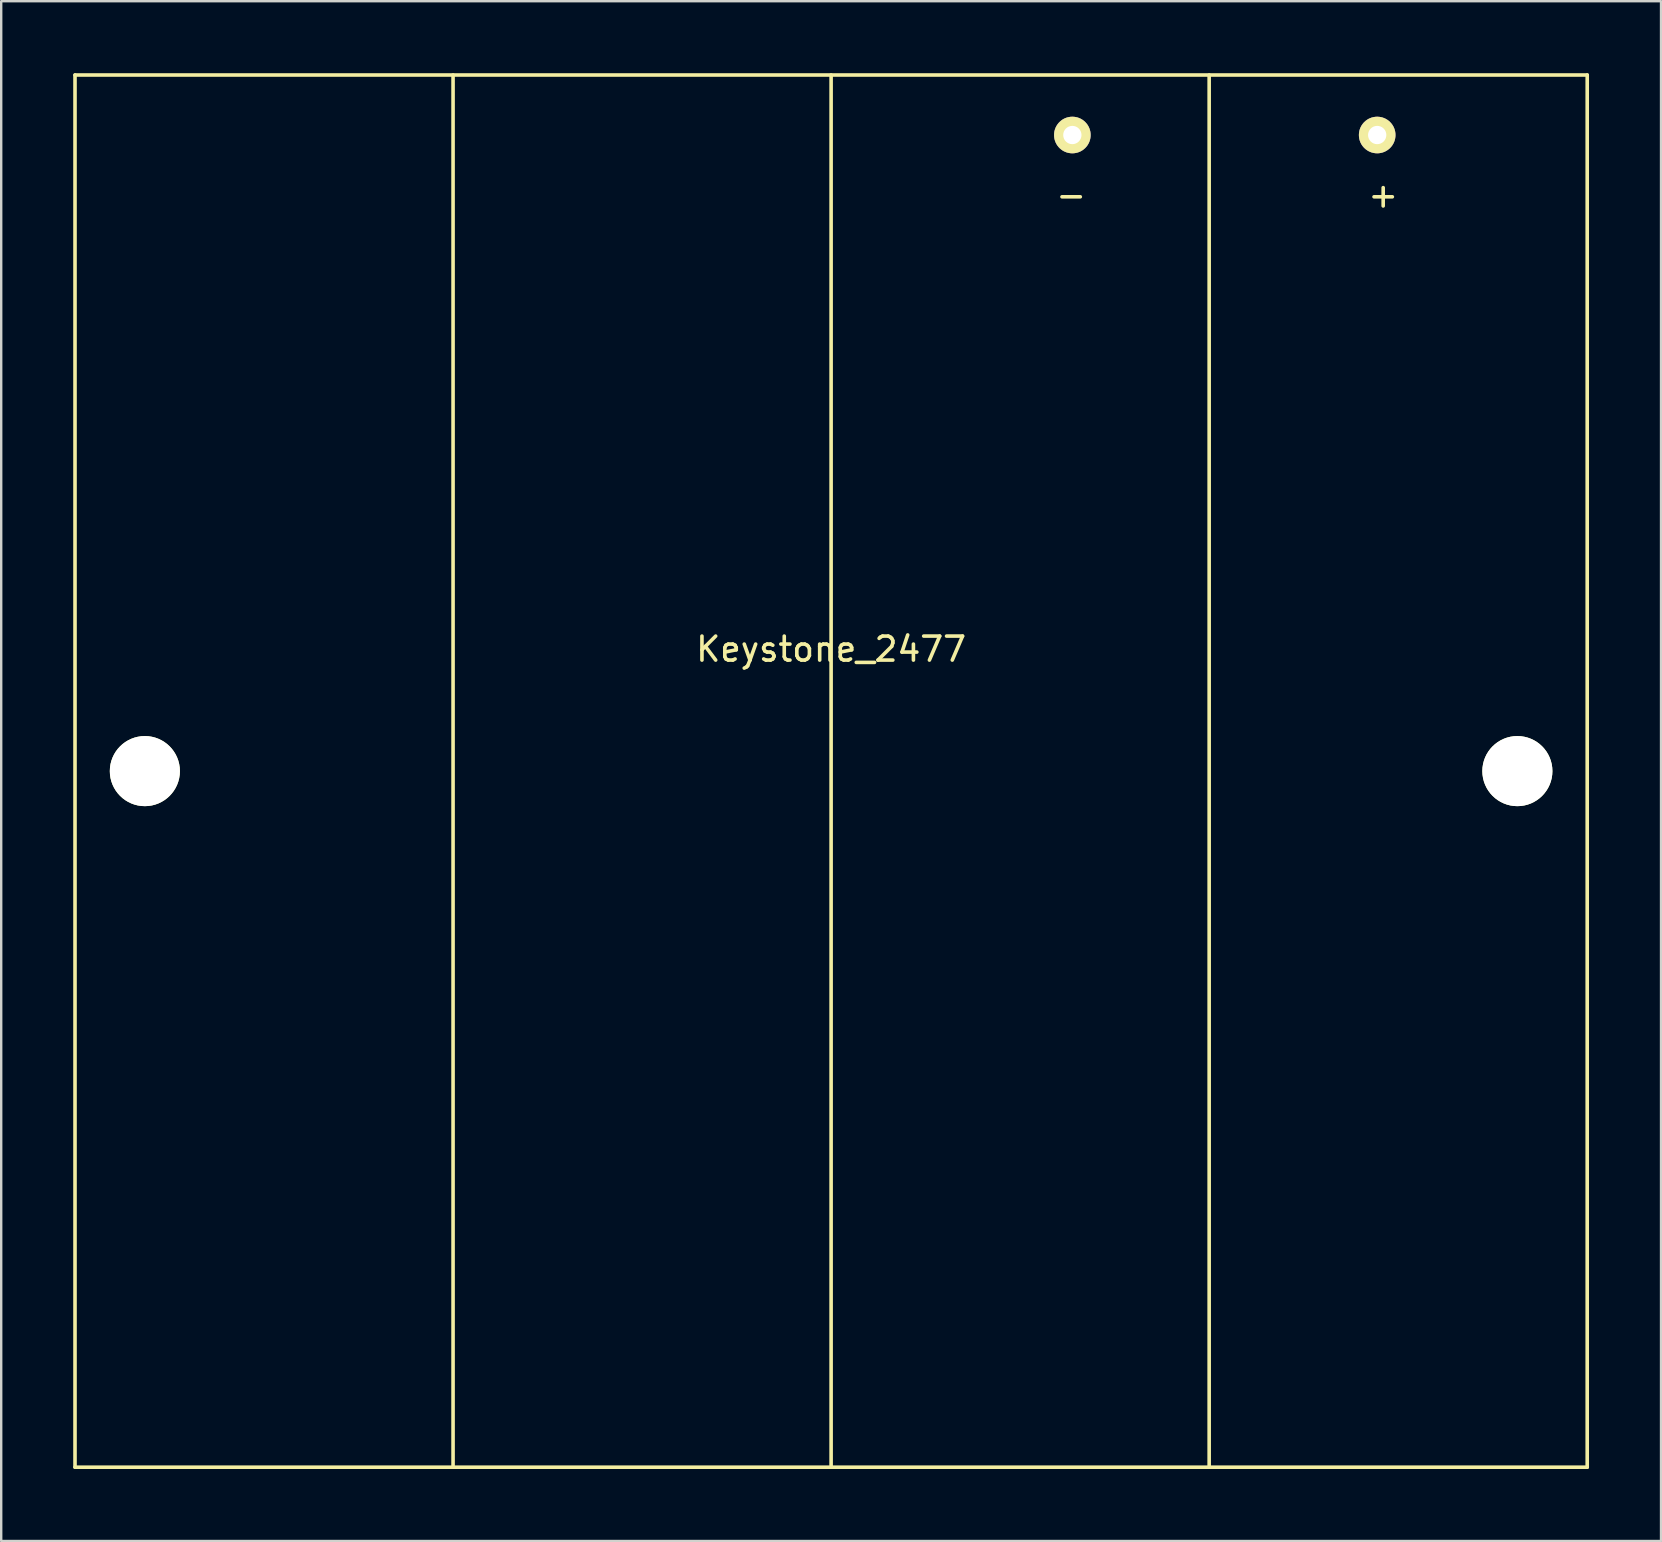
<source format=kicad_pcb>
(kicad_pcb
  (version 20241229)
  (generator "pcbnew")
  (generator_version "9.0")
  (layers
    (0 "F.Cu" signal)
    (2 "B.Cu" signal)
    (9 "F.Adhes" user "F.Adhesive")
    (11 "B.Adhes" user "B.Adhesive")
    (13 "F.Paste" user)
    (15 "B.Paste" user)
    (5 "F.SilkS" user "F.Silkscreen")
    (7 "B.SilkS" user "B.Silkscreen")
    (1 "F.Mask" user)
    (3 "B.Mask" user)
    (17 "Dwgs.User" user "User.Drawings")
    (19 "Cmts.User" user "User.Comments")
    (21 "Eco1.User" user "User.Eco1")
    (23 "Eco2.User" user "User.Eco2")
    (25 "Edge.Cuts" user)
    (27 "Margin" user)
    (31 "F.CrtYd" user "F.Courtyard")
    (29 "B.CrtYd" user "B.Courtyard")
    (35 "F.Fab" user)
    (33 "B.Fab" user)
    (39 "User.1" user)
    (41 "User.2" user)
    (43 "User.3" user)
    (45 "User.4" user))
  (footprint "Keystone_2477"
    (layer "F.Cu")
    (at 31.575 29.075)
    (property "Reference" "Keystone_2477" (at 0 -5.08 0) (layer "F.SilkS") (effects (font (size 1 1) (thickness 0.15))))
    (attr through_hole)
    (fp_line (start -31.5 -29) (end -31.5 29) (stroke (width 0.15) (type solid)) (layer "F.SilkS"))
    (fp_line (start -31.5 -29) (end 31.5 -29) (stroke (width 0.15) (type solid)) (layer "F.SilkS"))
    (fp_line (start -31.5 29) (end 31.5 29) (stroke (width 0.15) (type solid)) (layer "F.SilkS"))
    (fp_line (start -15.75 -29) (end -15.75 29) (stroke (width 0.15) (type solid)) (layer "F.SilkS"))
    (fp_line (start 0 -29) (end 0 29) (stroke (width 0.15) (type solid)) (layer "F.SilkS"))
    (fp_line (start 15.75 -29) (end 15.75 29) (stroke (width 0.15) (type solid)) (layer "F.SilkS"))
    (fp_line (start 31.5 -29) (end 31.5 29) (stroke (width 0.15) (type solid)) (layer "F.SilkS"))
    (fp_text user "+" (at 23 -24 0) (layer "F.SilkS") (effects (font (size 1 1) (thickness 0.15))))
    (fp_text user "-" (at 10 -24 0) (layer "F.SilkS") (effects (font (size 1 1) (thickness 0.15))))
    (pad "" np_thru_hole circle (at -28.59 0) (size 2.92 2.92) (drill 2.92) (layers "*.Cu" "*.Mask" "F.SilkS"))
    (pad "" np_thru_hole circle (at 28.59 0) (size 2.92 2.92) (drill 2.92) (layers "*.Cu" "*.Mask" "F.SilkS"))
    (pad "1" thru_hole circle (at 10.05 -26.5) (size 1.524 1.524) (drill 0.762) (layers "*.Cu" "*.Mask" "F.SilkS"))
    (pad "2" thru_hole circle (at 22.75 -26.5) (size 1.524 1.524) (drill 0.762) (layers "*.Cu" "*.Mask" "F.SilkS")))
  (gr_rect
    (start -3 -3)
    (end 66.15 61.15)
    (stroke (width 0.1) (type default))
    (fill no)
    (layer "Edge.Cuts")))
</source>
